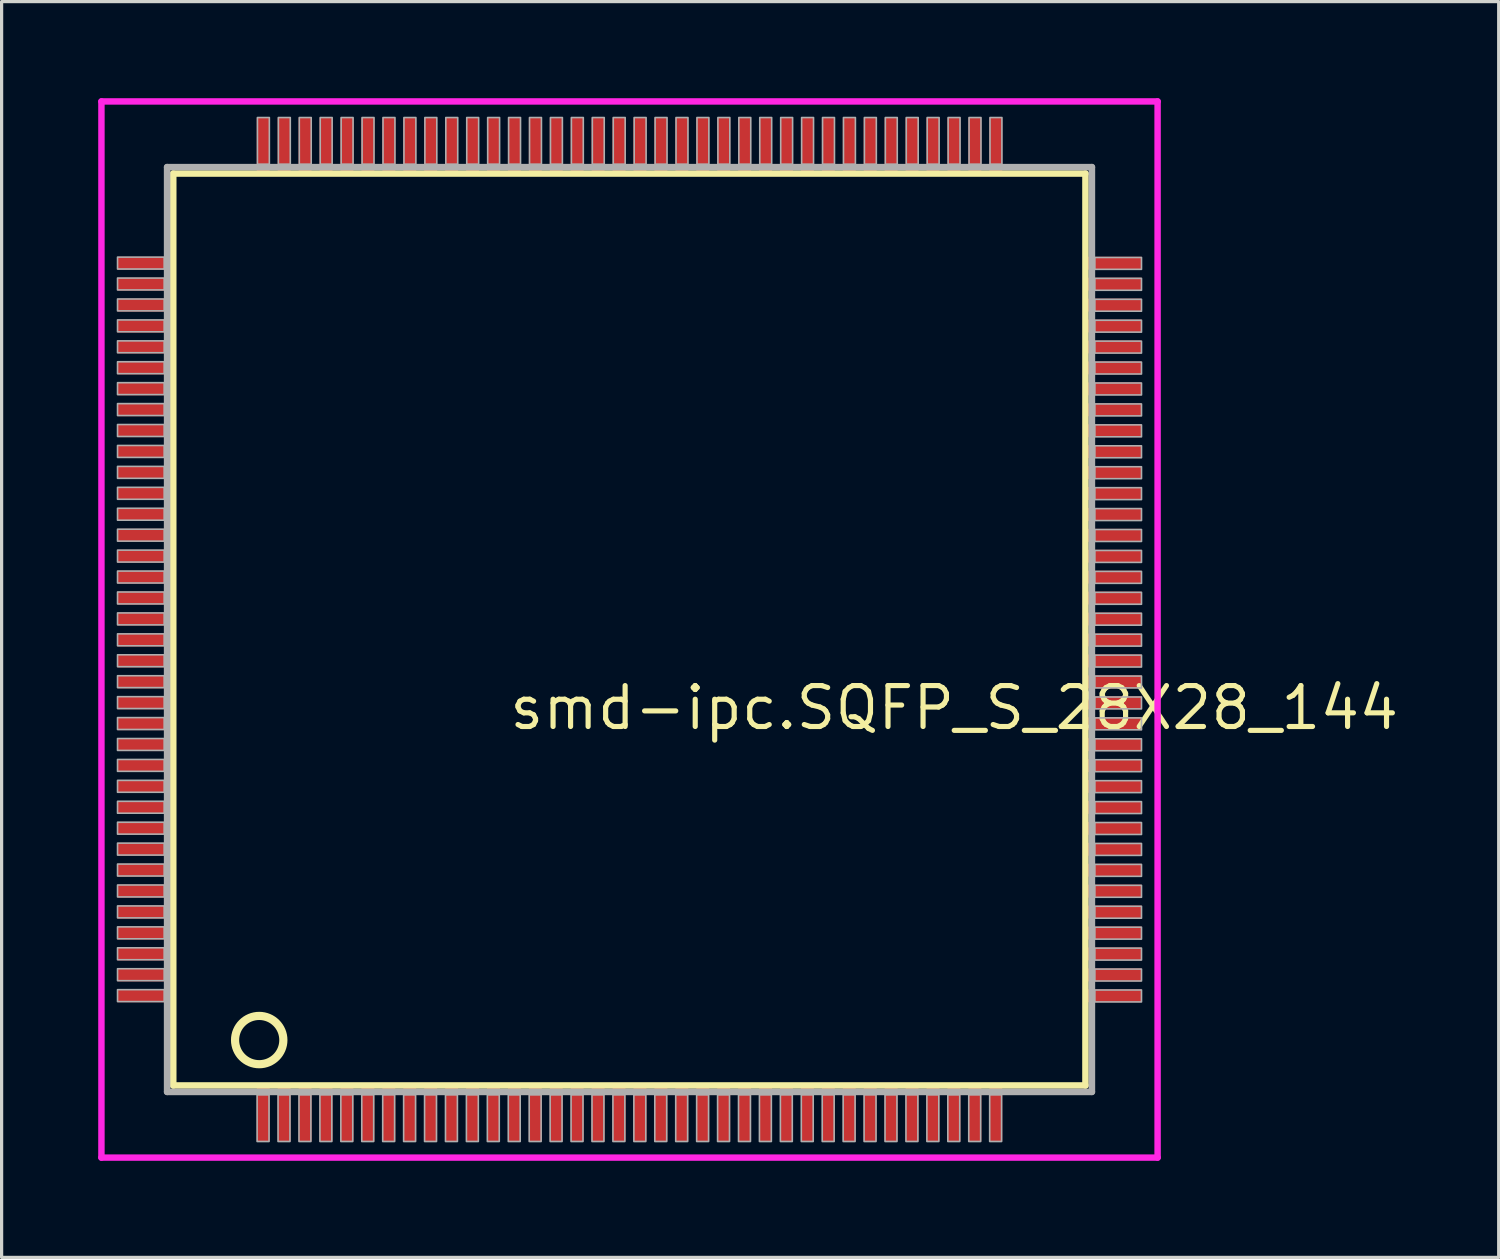
<source format=kicad_pcb>
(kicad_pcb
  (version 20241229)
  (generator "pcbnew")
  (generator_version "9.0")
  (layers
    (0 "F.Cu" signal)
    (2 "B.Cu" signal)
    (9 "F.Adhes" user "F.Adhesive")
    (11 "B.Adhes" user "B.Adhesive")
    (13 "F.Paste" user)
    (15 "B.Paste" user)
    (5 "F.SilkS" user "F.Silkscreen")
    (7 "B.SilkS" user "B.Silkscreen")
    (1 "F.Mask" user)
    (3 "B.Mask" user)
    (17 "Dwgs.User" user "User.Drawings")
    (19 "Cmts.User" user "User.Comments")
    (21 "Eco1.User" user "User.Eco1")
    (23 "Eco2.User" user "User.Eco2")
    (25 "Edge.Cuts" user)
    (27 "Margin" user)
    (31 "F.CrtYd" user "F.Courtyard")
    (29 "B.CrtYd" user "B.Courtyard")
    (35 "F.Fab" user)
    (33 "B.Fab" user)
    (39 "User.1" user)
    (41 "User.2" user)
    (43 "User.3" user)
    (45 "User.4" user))
  (footprint "smd-ipc.SQFP_S_28X28_144"
    (layer "F.Cu")
    (at 16.5 16.5)
    (property "Reference" "smd-ipc.SQFP_S_28X28_144" (at -3.81 3.175 0) (layer "F.SilkS") (effects (font (size 1.27 1.27) (thickness 0.16)) (justify left bottom)))
    (attr smd)
    (fp_line (start -14.17 -14.16) (end 14.16 -14.16) (stroke (width 0.203) (type default)) (layer "F.SilkS"))
    (fp_line (start -14.17 14.16) (end -14.17 -14.16) (stroke (width 0.203) (type default)) (layer "F.SilkS"))
    (fp_line (start 14.16 -14.16) (end 14.16 14.16) (stroke (width 0.203) (type default)) (layer "F.SilkS"))
    (fp_line (start 14.16 14.16) (end -14.17 14.16) (stroke (width 0.203) (type default)) (layer "F.SilkS"))
    (fp_circle (center -11.5 12.75) (end -10.75 12.75) (stroke (width 0.254) (type default)) (fill no) (layer "F.SilkS"))
    (fp_line (start -16.4 -16.4) (end 16.4 -16.4) (stroke (width 0.2) (type default)) (layer "F.CrtYd"))
    (fp_line (start -16.4 16.4) (end -16.4 -16.4) (stroke (width 0.2) (type default)) (layer "F.CrtYd"))
    (fp_line (start 16.4 -16.4) (end 16.4 16.4) (stroke (width 0.2) (type default)) (layer "F.CrtYd"))
    (fp_line (start 16.4 16.4) (end -16.4 16.4) (stroke (width 0.2) (type default)) (layer "F.CrtYd"))
    (fp_line (start -14.36 -14.36) (end -14.36 14.36) (stroke (width 0.203) (type default)) (layer "F.Fab"))
    (fp_line (start -14.36 14.36) (end 14.36 14.36) (stroke (width 0.203) (type default)) (layer "F.Fab"))
    (fp_line (start 14.36 -14.36) (end -14.36 -14.36) (stroke (width 0.203) (type default)) (layer "F.Fab"))
    (fp_line (start 14.36 14.36) (end 14.36 -14.36) (stroke (width 0.203) (type default)) (layer "F.Fab"))
    (fp_rect (start -15.9 -11.195) (end -14.45 -11.565) (stroke (width 0.05) (type default)) (fill no) (layer "F.Fab"))
    (fp_rect (start -15.9 -10.545) (end -14.45 -10.915) (stroke (width 0.05) (type default)) (fill no) (layer "F.Fab"))
    (fp_rect (start -15.9 -9.895) (end -14.45 -10.265) (stroke (width 0.05) (type default)) (fill no) (layer "F.Fab"))
    (fp_rect (start -15.9 -9.245) (end -14.45 -9.615) (stroke (width 0.05) (type default)) (fill no) (layer "F.Fab"))
    (fp_rect (start -15.9 -8.595) (end -14.45 -8.965) (stroke (width 0.05) (type default)) (fill no) (layer "F.Fab"))
    (fp_rect (start -15.9 -7.945) (end -14.45 -8.315) (stroke (width 0.05) (type default)) (fill no) (layer "F.Fab"))
    (fp_rect (start -15.9 -7.295) (end -14.45 -7.665) (stroke (width 0.05) (type default)) (fill no) (layer "F.Fab"))
    (fp_rect (start -15.9 -6.645) (end -14.45 -7.015) (stroke (width 0.05) (type default)) (fill no) (layer "F.Fab"))
    (fp_rect (start -15.9 -5.995) (end -14.45 -6.365) (stroke (width 0.05) (type default)) (fill no) (layer "F.Fab"))
    (fp_rect (start -15.9 -5.345) (end -14.45 -5.715) (stroke (width 0.05) (type default)) (fill no) (layer "F.Fab"))
    (fp_rect (start -15.9 -4.695) (end -14.45 -5.065) (stroke (width 0.05) (type default)) (fill no) (layer "F.Fab"))
    (fp_rect (start -15.9 -4.045) (end -14.45 -4.415) (stroke (width 0.05) (type default)) (fill no) (layer "F.Fab"))
    (fp_rect (start -15.9 -3.395) (end -14.45 -3.765) (stroke (width 0.05) (type default)) (fill no) (layer "F.Fab"))
    (fp_rect (start -15.9 -2.745) (end -14.45 -3.115) (stroke (width 0.05) (type default)) (fill no) (layer "F.Fab"))
    (fp_rect (start -15.9 -2.095) (end -14.45 -2.465) (stroke (width 0.05) (type default)) (fill no) (layer "F.Fab"))
    (fp_rect (start -15.9 -1.445) (end -14.45 -1.815) (stroke (width 0.05) (type default)) (fill no) (layer "F.Fab"))
    (fp_rect (start -15.9 -0.795) (end -14.45 -1.165) (stroke (width 0.05) (type default)) (fill no) (layer "F.Fab"))
    (fp_rect (start -15.9 -0.145) (end -14.45 -0.515) (stroke (width 0.05) (type default)) (fill no) (layer "F.Fab"))
    (fp_rect (start -15.9 0.505) (end -14.45 0.135) (stroke (width 0.05) (type default)) (fill no) (layer "F.Fab"))
    (fp_rect (start -15.9 1.155) (end -14.45 0.785) (stroke (width 0.05) (type default)) (fill no) (layer "F.Fab"))
    (fp_rect (start -15.9 1.805) (end -14.45 1.435) (stroke (width 0.05) (type default)) (fill no) (layer "F.Fab"))
    (fp_rect (start -15.9 2.455) (end -14.45 2.085) (stroke (width 0.05) (type default)) (fill no) (layer "F.Fab"))
    (fp_rect (start -15.9 3.105) (end -14.45 2.735) (stroke (width 0.05) (type default)) (fill no) (layer "F.Fab"))
    (fp_rect (start -15.9 3.755) (end -14.45 3.385) (stroke (width 0.05) (type default)) (fill no) (layer "F.Fab"))
    (fp_rect (start -15.9 4.405) (end -14.45 4.035) (stroke (width 0.05) (type default)) (fill no) (layer "F.Fab"))
    (fp_rect (start -15.9 5.055) (end -14.45 4.685) (stroke (width 0.05) (type default)) (fill no) (layer "F.Fab"))
    (fp_rect (start -15.9 5.705) (end -14.45 5.335) (stroke (width 0.05) (type default)) (fill no) (layer "F.Fab"))
    (fp_rect (start -15.9 6.355) (end -14.45 5.985) (stroke (width 0.05) (type default)) (fill no) (layer "F.Fab"))
    (fp_rect (start -15.9 7.005) (end -14.45 6.635) (stroke (width 0.05) (type default)) (fill no) (layer "F.Fab"))
    (fp_rect (start -15.9 7.655) (end -14.45 7.285) (stroke (width 0.05) (type default)) (fill no) (layer "F.Fab"))
    (fp_rect (start -15.9 8.305) (end -14.45 7.935) (stroke (width 0.05) (type default)) (fill no) (layer "F.Fab"))
    (fp_rect (start -15.9 8.955) (end -14.45 8.585) (stroke (width 0.05) (type default)) (fill no) (layer "F.Fab"))
    (fp_rect (start -15.9 9.605) (end -14.45 9.235) (stroke (width 0.05) (type default)) (fill no) (layer "F.Fab"))
    (fp_rect (start -15.9 10.255) (end -14.45 9.885) (stroke (width 0.05) (type default)) (fill no) (layer "F.Fab"))
    (fp_rect (start -15.9 10.905) (end -14.45 10.535) (stroke (width 0.05) (type default)) (fill no) (layer "F.Fab"))
    (fp_rect (start -15.9 11.555) (end -14.45 11.185) (stroke (width 0.05) (type default)) (fill no) (layer "F.Fab"))
    (fp_rect (start -11.565 15.9) (end -11.195 14.45) (stroke (width 0.05) (type default)) (fill no) (layer "F.Fab"))
    (fp_rect (start -11.555 -14.45) (end -11.185 -15.9) (stroke (width 0.05) (type default)) (fill no) (layer "F.Fab"))
    (fp_rect (start -10.915 15.9) (end -10.545 14.45) (stroke (width 0.05) (type default)) (fill no) (layer "F.Fab"))
    (fp_rect (start -10.905 -14.45) (end -10.535 -15.9) (stroke (width 0.05) (type default)) (fill no) (layer "F.Fab"))
    (fp_rect (start -10.265 15.9) (end -9.895 14.45) (stroke (width 0.05) (type default)) (fill no) (layer "F.Fab"))
    (fp_rect (start -10.255 -14.45) (end -9.885 -15.9) (stroke (width 0.05) (type default)) (fill no) (layer "F.Fab"))
    (fp_rect (start -9.615 15.9) (end -9.245 14.45) (stroke (width 0.05) (type default)) (fill no) (layer "F.Fab"))
    (fp_rect (start -9.605 -14.45) (end -9.235 -15.9) (stroke (width 0.05) (type default)) (fill no) (layer "F.Fab"))
    (fp_rect (start -8.965 15.9) (end -8.595 14.45) (stroke (width 0.05) (type default)) (fill no) (layer "F.Fab"))
    (fp_rect (start -8.955 -14.45) (end -8.585 -15.9) (stroke (width 0.05) (type default)) (fill no) (layer "F.Fab"))
    (fp_rect (start -8.315 15.9) (end -7.945 14.45) (stroke (width 0.05) (type default)) (fill no) (layer "F.Fab"))
    (fp_rect (start -8.305 -14.45) (end -7.935 -15.9) (stroke (width 0.05) (type default)) (fill no) (layer "F.Fab"))
    (fp_rect (start -7.665 15.9) (end -7.295 14.45) (stroke (width 0.05) (type default)) (fill no) (layer "F.Fab"))
    (fp_rect (start -7.655 -14.45) (end -7.285 -15.9) (stroke (width 0.05) (type default)) (fill no) (layer "F.Fab"))
    (fp_rect (start -7.015 15.9) (end -6.645 14.45) (stroke (width 0.05) (type default)) (fill no) (layer "F.Fab"))
    (fp_rect (start -7.005 -14.45) (end -6.635 -15.9) (stroke (width 0.05) (type default)) (fill no) (layer "F.Fab"))
    (fp_rect (start -6.365 15.9) (end -5.995 14.45) (stroke (width 0.05) (type default)) (fill no) (layer "F.Fab"))
    (fp_rect (start -6.355 -14.45) (end -5.985 -15.9) (stroke (width 0.05) (type default)) (fill no) (layer "F.Fab"))
    (fp_rect (start -5.715 15.9) (end -5.345 14.45) (stroke (width 0.05) (type default)) (fill no) (layer "F.Fab"))
    (fp_rect (start -5.705 -14.45) (end -5.335 -15.9) (stroke (width 0.05) (type default)) (fill no) (layer "F.Fab"))
    (fp_rect (start -5.065 15.9) (end -4.695 14.45) (stroke (width 0.05) (type default)) (fill no) (layer "F.Fab"))
    (fp_rect (start -5.055 -14.45) (end -4.685 -15.9) (stroke (width 0.05) (type default)) (fill no) (layer "F.Fab"))
    (fp_rect (start -4.415 15.9) (end -4.045 14.45) (stroke (width 0.05) (type default)) (fill no) (layer "F.Fab"))
    (fp_rect (start -4.405 -14.45) (end -4.035 -15.9) (stroke (width 0.05) (type default)) (fill no) (layer "F.Fab"))
    (fp_rect (start -3.765 15.9) (end -3.395 14.45) (stroke (width 0.05) (type default)) (fill no) (layer "F.Fab"))
    (fp_rect (start -3.755 -14.45) (end -3.385 -15.9) (stroke (width 0.05) (type default)) (fill no) (layer "F.Fab"))
    (fp_rect (start -3.115 15.9) (end -2.745 14.45) (stroke (width 0.05) (type default)) (fill no) (layer "F.Fab"))
    (fp_rect (start -3.105 -14.45) (end -2.735 -15.9) (stroke (width 0.05) (type default)) (fill no) (layer "F.Fab"))
    (fp_rect (start -2.465 15.9) (end -2.095 14.45) (stroke (width 0.05) (type default)) (fill no) (layer "F.Fab"))
    (fp_rect (start -2.455 -14.45) (end -2.085 -15.9) (stroke (width 0.05) (type default)) (fill no) (layer "F.Fab"))
    (fp_rect (start -1.815 15.9) (end -1.445 14.45) (stroke (width 0.05) (type default)) (fill no) (layer "F.Fab"))
    (fp_rect (start -1.805 -14.45) (end -1.435 -15.9) (stroke (width 0.05) (type default)) (fill no) (layer "F.Fab"))
    (fp_rect (start -1.165 15.9) (end -0.795 14.45) (stroke (width 0.05) (type default)) (fill no) (layer "F.Fab"))
    (fp_rect (start -1.155 -14.45) (end -0.785 -15.9) (stroke (width 0.05) (type default)) (fill no) (layer "F.Fab"))
    (fp_rect (start -0.515 15.9) (end -0.145 14.45) (stroke (width 0.05) (type default)) (fill no) (layer "F.Fab"))
    (fp_rect (start -0.505 -14.45) (end -0.135 -15.9) (stroke (width 0.05) (type default)) (fill no) (layer "F.Fab"))
    (fp_rect (start 0.135 15.9) (end 0.505 14.45) (stroke (width 0.05) (type default)) (fill no) (layer "F.Fab"))
    (fp_rect (start 0.145 -14.45) (end 0.515 -15.9) (stroke (width 0.05) (type default)) (fill no) (layer "F.Fab"))
    (fp_rect (start 0.785 15.9) (end 1.155 14.45) (stroke (width 0.05) (type default)) (fill no) (layer "F.Fab"))
    (fp_rect (start 0.795 -14.45) (end 1.165 -15.9) (stroke (width 0.05) (type default)) (fill no) (layer "F.Fab"))
    (fp_rect (start 1.435 15.9) (end 1.805 14.45) (stroke (width 0.05) (type default)) (fill no) (layer "F.Fab"))
    (fp_rect (start 1.445 -14.45) (end 1.815 -15.9) (stroke (width 0.05) (type default)) (fill no) (layer "F.Fab"))
    (fp_rect (start 2.085 15.9) (end 2.455 14.45) (stroke (width 0.05) (type default)) (fill no) (layer "F.Fab"))
    (fp_rect (start 2.095 -14.45) (end 2.465 -15.9) (stroke (width 0.05) (type default)) (fill no) (layer "F.Fab"))
    (fp_rect (start 2.735 15.9) (end 3.105 14.45) (stroke (width 0.05) (type default)) (fill no) (layer "F.Fab"))
    (fp_rect (start 2.745 -14.45) (end 3.115 -15.9) (stroke (width 0.05) (type default)) (fill no) (layer "F.Fab"))
    (fp_rect (start 3.385 15.9) (end 3.755 14.45) (stroke (width 0.05) (type default)) (fill no) (layer "F.Fab"))
    (fp_rect (start 3.395 -14.45) (end 3.765 -15.9) (stroke (width 0.05) (type default)) (fill no) (layer "F.Fab"))
    (fp_rect (start 4.035 15.9) (end 4.405 14.45) (stroke (width 0.05) (type default)) (fill no) (layer "F.Fab"))
    (fp_rect (start 4.045 -14.45) (end 4.415 -15.9) (stroke (width 0.05) (type default)) (fill no) (layer "F.Fab"))
    (fp_rect (start 4.685 15.9) (end 5.055 14.45) (stroke (width 0.05) (type default)) (fill no) (layer "F.Fab"))
    (fp_rect (start 4.695 -14.45) (end 5.065 -15.9) (stroke (width 0.05) (type default)) (fill no) (layer "F.Fab"))
    (fp_rect (start 5.335 15.9) (end 5.705 14.45) (stroke (width 0.05) (type default)) (fill no) (layer "F.Fab"))
    (fp_rect (start 5.345 -14.45) (end 5.715 -15.9) (stroke (width 0.05) (type default)) (fill no) (layer "F.Fab"))
    (fp_rect (start 5.985 15.9) (end 6.355 14.45) (stroke (width 0.05) (type default)) (fill no) (layer "F.Fab"))
    (fp_rect (start 5.995 -14.45) (end 6.365 -15.9) (stroke (width 0.05) (type default)) (fill no) (layer "F.Fab"))
    (fp_rect (start 6.635 15.9) (end 7.005 14.45) (stroke (width 0.05) (type default)) (fill no) (layer "F.Fab"))
    (fp_rect (start 6.645 -14.45) (end 7.015 -15.9) (stroke (width 0.05) (type default)) (fill no) (layer "F.Fab"))
    (fp_rect (start 7.285 15.9) (end 7.655 14.45) (stroke (width 0.05) (type default)) (fill no) (layer "F.Fab"))
    (fp_rect (start 7.295 -14.45) (end 7.665 -15.9) (stroke (width 0.05) (type default)) (fill no) (layer "F.Fab"))
    (fp_rect (start 7.935 15.9) (end 8.305 14.45) (stroke (width 0.05) (type default)) (fill no) (layer "F.Fab"))
    (fp_rect (start 7.945 -14.45) (end 8.315 -15.9) (stroke (width 0.05) (type default)) (fill no) (layer "F.Fab"))
    (fp_rect (start 8.585 15.9) (end 8.955 14.45) (stroke (width 0.05) (type default)) (fill no) (layer "F.Fab"))
    (fp_rect (start 8.595 -14.45) (end 8.965 -15.9) (stroke (width 0.05) (type default)) (fill no) (layer "F.Fab"))
    (fp_rect (start 9.235 15.9) (end 9.605 14.45) (stroke (width 0.05) (type default)) (fill no) (layer "F.Fab"))
    (fp_rect (start 9.245 -14.45) (end 9.615 -15.9) (stroke (width 0.05) (type default)) (fill no) (layer "F.Fab"))
    (fp_rect (start 9.885 15.9) (end 10.255 14.45) (stroke (width 0.05) (type default)) (fill no) (layer "F.Fab"))
    (fp_rect (start 9.895 -14.45) (end 10.265 -15.9) (stroke (width 0.05) (type default)) (fill no) (layer "F.Fab"))
    (fp_rect (start 10.535 15.9) (end 10.905 14.45) (stroke (width 0.05) (type default)) (fill no) (layer "F.Fab"))
    (fp_rect (start 10.545 -14.45) (end 10.915 -15.9) (stroke (width 0.05) (type default)) (fill no) (layer "F.Fab"))
    (fp_rect (start 11.185 15.9) (end 11.555 14.45) (stroke (width 0.05) (type default)) (fill no) (layer "F.Fab"))
    (fp_rect (start 11.195 -14.45) (end 11.565 -15.9) (stroke (width 0.05) (type default)) (fill no) (layer "F.Fab"))
    (fp_rect (start 14.45 -11.185) (end 15.9 -11.555) (stroke (width 0.05) (type default)) (fill no) (layer "F.Fab"))
    (fp_rect (start 14.45 -10.535) (end 15.9 -10.905) (stroke (width 0.05) (type default)) (fill no) (layer "F.Fab"))
    (fp_rect (start 14.45 -9.885) (end 15.9 -10.255) (stroke (width 0.05) (type default)) (fill no) (layer "F.Fab"))
    (fp_rect (start 14.45 -9.235) (end 15.9 -9.605) (stroke (width 0.05) (type default)) (fill no) (layer "F.Fab"))
    (fp_rect (start 14.45 -8.585) (end 15.9 -8.955) (stroke (width 0.05) (type default)) (fill no) (layer "F.Fab"))
    (fp_rect (start 14.45 -7.935) (end 15.9 -8.305) (stroke (width 0.05) (type default)) (fill no) (layer "F.Fab"))
    (fp_rect (start 14.45 -7.285) (end 15.9 -7.655) (stroke (width 0.05) (type default)) (fill no) (layer "F.Fab"))
    (fp_rect (start 14.45 -6.635) (end 15.9 -7.005) (stroke (width 0.05) (type default)) (fill no) (layer "F.Fab"))
    (fp_rect (start 14.45 -5.985) (end 15.9 -6.355) (stroke (width 0.05) (type default)) (fill no) (layer "F.Fab"))
    (fp_rect (start 14.45 -5.335) (end 15.9 -5.705) (stroke (width 0.05) (type default)) (fill no) (layer "F.Fab"))
    (fp_rect (start 14.45 -4.685) (end 15.9 -5.055) (stroke (width 0.05) (type default)) (fill no) (layer "F.Fab"))
    (fp_rect (start 14.45 -4.035) (end 15.9 -4.405) (stroke (width 0.05) (type default)) (fill no) (layer "F.Fab"))
    (fp_rect (start 14.45 -3.385) (end 15.9 -3.755) (stroke (width 0.05) (type default)) (fill no) (layer "F.Fab"))
    (fp_rect (start 14.45 -2.735) (end 15.9 -3.105) (stroke (width 0.05) (type default)) (fill no) (layer "F.Fab"))
    (fp_rect (start 14.45 -2.085) (end 15.9 -2.455) (stroke (width 0.05) (type default)) (fill no) (layer "F.Fab"))
    (fp_rect (start 14.45 -1.435) (end 15.9 -1.805) (stroke (width 0.05) (type default)) (fill no) (layer "F.Fab"))
    (fp_rect (start 14.45 -0.785) (end 15.9 -1.155) (stroke (width 0.05) (type default)) (fill no) (layer "F.Fab"))
    (fp_rect (start 14.45 -0.135) (end 15.9 -0.505) (stroke (width 0.05) (type default)) (fill no) (layer "F.Fab"))
    (fp_rect (start 14.45 0.515) (end 15.9 0.145) (stroke (width 0.05) (type default)) (fill no) (layer "F.Fab"))
    (fp_rect (start 14.45 1.165) (end 15.9 0.795) (stroke (width 0.05) (type default)) (fill no) (layer "F.Fab"))
    (fp_rect (start 14.45 1.815) (end 15.9 1.445) (stroke (width 0.05) (type default)) (fill no) (layer "F.Fab"))
    (fp_rect (start 14.45 2.465) (end 15.9 2.095) (stroke (width 0.05) (type default)) (fill no) (layer "F.Fab"))
    (fp_rect (start 14.45 3.115) (end 15.9 2.745) (stroke (width 0.05) (type default)) (fill no) (layer "F.Fab"))
    (fp_rect (start 14.45 3.765) (end 15.9 3.395) (stroke (width 0.05) (type default)) (fill no) (layer "F.Fab"))
    (fp_rect (start 14.45 4.415) (end 15.9 4.045) (stroke (width 0.05) (type default)) (fill no) (layer "F.Fab"))
    (fp_rect (start 14.45 5.065) (end 15.9 4.695) (stroke (width 0.05) (type default)) (fill no) (layer "F.Fab"))
    (fp_rect (start 14.45 5.715) (end 15.9 5.345) (stroke (width 0.05) (type default)) (fill no) (layer "F.Fab"))
    (fp_rect (start 14.45 6.365) (end 15.9 5.995) (stroke (width 0.05) (type default)) (fill no) (layer "F.Fab"))
    (fp_rect (start 14.45 7.015) (end 15.9 6.645) (stroke (width 0.05) (type default)) (fill no) (layer "F.Fab"))
    (fp_rect (start 14.45 7.665) (end 15.9 7.295) (stroke (width 0.05) (type default)) (fill no) (layer "F.Fab"))
    (fp_rect (start 14.45 8.315) (end 15.9 7.945) (stroke (width 0.05) (type default)) (fill no) (layer "F.Fab"))
    (fp_rect (start 14.45 8.965) (end 15.9 8.595) (stroke (width 0.05) (type default)) (fill no) (layer "F.Fab"))
    (fp_rect (start 14.45 9.615) (end 15.9 9.245) (stroke (width 0.05) (type default)) (fill no) (layer "F.Fab"))
    (fp_rect (start 14.45 10.265) (end 15.9 9.895) (stroke (width 0.05) (type default)) (fill no) (layer "F.Fab"))
    (fp_rect (start 14.45 10.915) (end 15.9 10.545) (stroke (width 0.05) (type default)) (fill no) (layer "F.Fab"))
    (fp_rect (start 14.45 11.565) (end 15.9 11.195) (stroke (width 0.05) (type default)) (fill no) (layer "F.Fab"))
    (pad "1" smd roundrect (at -11.375 15) (size 0.4 1.8) (layers "F.Cu" "F.Mask" "F.Paste") (roundrect_rratio 0.01))
    (pad "2" smd roundrect (at -10.725 15) (size 0.4 1.8) (layers "F.Cu" "F.Mask" "F.Paste") (roundrect_rratio 0.01))
    (pad "3" smd roundrect (at -10.075 15) (size 0.4 1.8) (layers "F.Cu" "F.Mask" "F.Paste") (roundrect_rratio 0.01))
    (pad "4" smd roundrect (at -9.425 15) (size 0.4 1.8) (layers "F.Cu" "F.Mask" "F.Paste") (roundrect_rratio 0.01))
    (pad "5" smd roundrect (at -8.775 15) (size 0.4 1.8) (layers "F.Cu" "F.Mask" "F.Paste") (roundrect_rratio 0.01))
    (pad "6" smd roundrect (at -8.125 15) (size 0.4 1.8) (layers "F.Cu" "F.Mask" "F.Paste") (roundrect_rratio 0.01))
    (pad "7" smd roundrect (at -7.475 15) (size 0.4 1.8) (layers "F.Cu" "F.Mask" "F.Paste") (roundrect_rratio 0.01))
    (pad "8" smd roundrect (at -6.825 15) (size 0.4 1.8) (layers "F.Cu" "F.Mask" "F.Paste") (roundrect_rratio 0.01))
    (pad "9" smd roundrect (at -6.175 15) (size 0.4 1.8) (layers "F.Cu" "F.Mask" "F.Paste") (roundrect_rratio 0.01))
    (pad "10" smd roundrect (at -5.525 15) (size 0.4 1.8) (layers "F.Cu" "F.Mask" "F.Paste") (roundrect_rratio 0.01))
    (pad "11" smd roundrect (at -4.875 15) (size 0.4 1.8) (layers "F.Cu" "F.Mask" "F.Paste") (roundrect_rratio 0.01))
    (pad "12" smd roundrect (at -4.225 15) (size 0.4 1.8) (layers "F.Cu" "F.Mask" "F.Paste") (roundrect_rratio 0.01))
    (pad "13" smd roundrect (at -3.575 15) (size 0.4 1.8) (layers "F.Cu" "F.Mask" "F.Paste") (roundrect_rratio 0.01))
    (pad "14" smd roundrect (at -2.925 15) (size 0.4 1.8) (layers "F.Cu" "F.Mask" "F.Paste") (roundrect_rratio 0.01))
    (pad "15" smd roundrect (at -2.275 15) (size 0.4 1.8) (layers "F.Cu" "F.Mask" "F.Paste") (roundrect_rratio 0.01))
    (pad "16" smd roundrect (at -1.625 15) (size 0.4 1.8) (layers "F.Cu" "F.Mask" "F.Paste") (roundrect_rratio 0.01))
    (pad "17" smd roundrect (at -0.975 15) (size 0.4 1.8) (layers "F.Cu" "F.Mask" "F.Paste") (roundrect_rratio 0.01))
    (pad "18" smd roundrect (at -0.325 15) (size 0.4 1.8) (layers "F.Cu" "F.Mask" "F.Paste") (roundrect_rratio 0.01))
    (pad "19" smd roundrect (at 0.325 15) (size 0.4 1.8) (layers "F.Cu" "F.Mask" "F.Paste") (roundrect_rratio 0.01))
    (pad "20" smd roundrect (at 0.975 15) (size 0.4 1.8) (layers "F.Cu" "F.Mask" "F.Paste") (roundrect_rratio 0.01))
    (pad "21" smd roundrect (at 1.625 15) (size 0.4 1.8) (layers "F.Cu" "F.Mask" "F.Paste") (roundrect_rratio 0.01))
    (pad "22" smd roundrect (at 2.275 15) (size 0.4 1.8) (layers "F.Cu" "F.Mask" "F.Paste") (roundrect_rratio 0.01))
    (pad "23" smd roundrect (at 2.925 15) (size 0.4 1.8) (layers "F.Cu" "F.Mask" "F.Paste") (roundrect_rratio 0.01))
    (pad "24" smd roundrect (at 3.575 15) (size 0.4 1.8) (layers "F.Cu" "F.Mask" "F.Paste") (roundrect_rratio 0.01))
    (pad "25" smd roundrect (at 4.225 15) (size 0.4 1.8) (layers "F.Cu" "F.Mask" "F.Paste") (roundrect_rratio 0.01))
    (pad "26" smd roundrect (at 4.875 15) (size 0.4 1.8) (layers "F.Cu" "F.Mask" "F.Paste") (roundrect_rratio 0.01))
    (pad "27" smd roundrect (at 5.525 15) (size 0.4 1.8) (layers "F.Cu" "F.Mask" "F.Paste") (roundrect_rratio 0.01))
    (pad "28" smd roundrect (at 6.175 15) (size 0.4 1.8) (layers "F.Cu" "F.Mask" "F.Paste") (roundrect_rratio 0.01))
    (pad "29" smd roundrect (at 6.825 15) (size 0.4 1.8) (layers "F.Cu" "F.Mask" "F.Paste") (roundrect_rratio 0.01))
    (pad "30" smd roundrect (at 7.475 15) (size 0.4 1.8) (layers "F.Cu" "F.Mask" "F.Paste") (roundrect_rratio 0.01))
    (pad "31" smd roundrect (at 8.125 15) (size 0.4 1.8) (layers "F.Cu" "F.Mask" "F.Paste") (roundrect_rratio 0.01))
    (pad "32" smd roundrect (at 8.775 15) (size 0.4 1.8) (layers "F.Cu" "F.Mask" "F.Paste") (roundrect_rratio 0.01))
    (pad "33" smd roundrect (at 9.425 15) (size 0.4 1.8) (layers "F.Cu" "F.Mask" "F.Paste") (roundrect_rratio 0.01))
    (pad "34" smd roundrect (at 10.075 15) (size 0.4 1.8) (layers "F.Cu" "F.Mask" "F.Paste") (roundrect_rratio 0.01))
    (pad "35" smd roundrect (at 10.725 15) (size 0.4 1.8) (layers "F.Cu" "F.Mask" "F.Paste") (roundrect_rratio 0.01))
    (pad "36" smd roundrect (at 11.375 15) (size 0.4 1.8) (layers "F.Cu" "F.Mask" "F.Paste") (roundrect_rratio 0.01))
    (pad "37" smd roundrect (at 15 11.375) (size 1.8 0.4) (layers "F.Cu" "F.Mask" "F.Paste") (roundrect_rratio 0.01))
    (pad "38" smd roundrect (at 15 10.725) (size 1.8 0.4) (layers "F.Cu" "F.Mask" "F.Paste") (roundrect_rratio 0.01))
    (pad "39" smd roundrect (at 15 10.075) (size 1.8 0.4) (layers "F.Cu" "F.Mask" "F.Paste") (roundrect_rratio 0.01))
    (pad "40" smd roundrect (at 15 9.425) (size 1.8 0.4) (layers "F.Cu" "F.Mask" "F.Paste") (roundrect_rratio 0.01))
    (pad "41" smd roundrect (at 15 8.775) (size 1.8 0.4) (layers "F.Cu" "F.Mask" "F.Paste") (roundrect_rratio 0.01))
    (pad "42" smd roundrect (at 15 8.125) (size 1.8 0.4) (layers "F.Cu" "F.Mask" "F.Paste") (roundrect_rratio 0.01))
    (pad "43" smd roundrect (at 15 7.475) (size 1.8 0.4) (layers "F.Cu" "F.Mask" "F.Paste") (roundrect_rratio 0.01))
    (pad "44" smd roundrect (at 15 6.825) (size 1.8 0.4) (layers "F.Cu" "F.Mask" "F.Paste") (roundrect_rratio 0.01))
    (pad "45" smd roundrect (at 15 6.175) (size 1.8 0.4) (layers "F.Cu" "F.Mask" "F.Paste") (roundrect_rratio 0.01))
    (pad "46" smd roundrect (at 15 5.525) (size 1.8 0.4) (layers "F.Cu" "F.Mask" "F.Paste") (roundrect_rratio 0.01))
    (pad "47" smd roundrect (at 15 4.875) (size 1.8 0.4) (layers "F.Cu" "F.Mask" "F.Paste") (roundrect_rratio 0.01))
    (pad "48" smd roundrect (at 15 4.225) (size 1.8 0.4) (layers "F.Cu" "F.Mask" "F.Paste") (roundrect_rratio 0.01))
    (pad "49" smd roundrect (at 15 3.575) (size 1.8 0.4) (layers "F.Cu" "F.Mask" "F.Paste") (roundrect_rratio 0.01))
    (pad "50" smd roundrect (at 15 2.925) (size 1.8 0.4) (layers "F.Cu" "F.Mask" "F.Paste") (roundrect_rratio 0.01))
    (pad "51" smd roundrect (at 15 2.275) (size 1.8 0.4) (layers "F.Cu" "F.Mask" "F.Paste") (roundrect_rratio 0.01))
    (pad "52" smd roundrect (at 15 1.625) (size 1.8 0.4) (layers "F.Cu" "F.Mask" "F.Paste") (roundrect_rratio 0.01))
    (pad "53" smd roundrect (at 15 0.975) (size 1.8 0.4) (layers "F.Cu" "F.Mask" "F.Paste") (roundrect_rratio 0.01))
    (pad "54" smd roundrect (at 15 0.325) (size 1.8 0.4) (layers "F.Cu" "F.Mask" "F.Paste") (roundrect_rratio 0.01))
    (pad "55" smd roundrect (at 15 -0.325) (size 1.8 0.4) (layers "F.Cu" "F.Mask" "F.Paste") (roundrect_rratio 0.01))
    (pad "56" smd roundrect (at 15 -0.975) (size 1.8 0.4) (layers "F.Cu" "F.Mask" "F.Paste") (roundrect_rratio 0.01))
    (pad "57" smd roundrect (at 15 -1.625) (size 1.8 0.4) (layers "F.Cu" "F.Mask" "F.Paste") (roundrect_rratio 0.01))
    (pad "58" smd roundrect (at 15 -2.275) (size 1.8 0.4) (layers "F.Cu" "F.Mask" "F.Paste") (roundrect_rratio 0.01))
    (pad "59" smd roundrect (at 15 -2.925) (size 1.8 0.4) (layers "F.Cu" "F.Mask" "F.Paste") (roundrect_rratio 0.01))
    (pad "60" smd roundrect (at 15 -3.575) (size 1.8 0.4) (layers "F.Cu" "F.Mask" "F.Paste") (roundrect_rratio 0.01))
    (pad "61" smd roundrect (at 15 -4.225) (size 1.8 0.4) (layers "F.Cu" "F.Mask" "F.Paste") (roundrect_rratio 0.01))
    (pad "62" smd roundrect (at 15 -4.875) (size 1.8 0.4) (layers "F.Cu" "F.Mask" "F.Paste") (roundrect_rratio 0.01))
    (pad "63" smd roundrect (at 15 -5.525) (size 1.8 0.4) (layers "F.Cu" "F.Mask" "F.Paste") (roundrect_rratio 0.01))
    (pad "64" smd roundrect (at 15 -6.175) (size 1.8 0.4) (layers "F.Cu" "F.Mask" "F.Paste") (roundrect_rratio 0.01))
    (pad "65" smd roundrect (at 15 -6.825) (size 1.8 0.4) (layers "F.Cu" "F.Mask" "F.Paste") (roundrect_rratio 0.01))
    (pad "66" smd roundrect (at 15 -7.475) (size 1.8 0.4) (layers "F.Cu" "F.Mask" "F.Paste") (roundrect_rratio 0.01))
    (pad "67" smd roundrect (at 15 -8.125) (size 1.8 0.4) (layers "F.Cu" "F.Mask" "F.Paste") (roundrect_rratio 0.01))
    (pad "68" smd roundrect (at 15 -8.775) (size 1.8 0.4) (layers "F.Cu" "F.Mask" "F.Paste") (roundrect_rratio 0.01))
    (pad "69" smd roundrect (at 15 -9.425) (size 1.8 0.4) (layers "F.Cu" "F.Mask" "F.Paste") (roundrect_rratio 0.01))
    (pad "70" smd roundrect (at 15 -10.075) (size 1.8 0.4) (layers "F.Cu" "F.Mask" "F.Paste") (roundrect_rratio 0.01))
    (pad "71" smd roundrect (at 15 -10.725) (size 1.8 0.4) (layers "F.Cu" "F.Mask" "F.Paste") (roundrect_rratio 0.01))
    (pad "72" smd roundrect (at 15 -11.375) (size 1.8 0.4) (layers "F.Cu" "F.Mask" "F.Paste") (roundrect_rratio 0.01))
    (pad "73" smd roundrect (at 11.375 -15) (size 0.4 1.8) (layers "F.Cu" "F.Mask" "F.Paste") (roundrect_rratio 0.01))
    (pad "74" smd roundrect (at 10.725 -15) (size 0.4 1.8) (layers "F.Cu" "F.Mask" "F.Paste") (roundrect_rratio 0.01))
    (pad "75" smd roundrect (at 10.075 -15) (size 0.4 1.8) (layers "F.Cu" "F.Mask" "F.Paste") (roundrect_rratio 0.01))
    (pad "76" smd roundrect (at 9.425 -15) (size 0.4 1.8) (layers "F.Cu" "F.Mask" "F.Paste") (roundrect_rratio 0.01))
    (pad "77" smd roundrect (at 8.775 -15) (size 0.4 1.8) (layers "F.Cu" "F.Mask" "F.Paste") (roundrect_rratio 0.01))
    (pad "78" smd roundrect (at 8.125 -15) (size 0.4 1.8) (layers "F.Cu" "F.Mask" "F.Paste") (roundrect_rratio 0.01))
    (pad "79" smd roundrect (at 7.475 -15) (size 0.4 1.8) (layers "F.Cu" "F.Mask" "F.Paste") (roundrect_rratio 0.01))
    (pad "80" smd roundrect (at 6.825 -15) (size 0.4 1.8) (layers "F.Cu" "F.Mask" "F.Paste") (roundrect_rratio 0.01))
    (pad "81" smd roundrect (at 6.175 -15) (size 0.4 1.8) (layers "F.Cu" "F.Mask" "F.Paste") (roundrect_rratio 0.01))
    (pad "82" smd roundrect (at 5.525 -15) (size 0.4 1.8) (layers "F.Cu" "F.Mask" "F.Paste") (roundrect_rratio 0.01))
    (pad "83" smd roundrect (at 4.875 -15) (size 0.4 1.8) (layers "F.Cu" "F.Mask" "F.Paste") (roundrect_rratio 0.01))
    (pad "84" smd roundrect (at 4.225 -15) (size 0.4 1.8) (layers "F.Cu" "F.Mask" "F.Paste") (roundrect_rratio 0.01))
    (pad "85" smd roundrect (at 3.575 -15) (size 0.4 1.8) (layers "F.Cu" "F.Mask" "F.Paste") (roundrect_rratio 0.01))
    (pad "86" smd roundrect (at 2.925 -15) (size 0.4 1.8) (layers "F.Cu" "F.Mask" "F.Paste") (roundrect_rratio 0.01))
    (pad "87" smd roundrect (at 2.275 -15) (size 0.4 1.8) (layers "F.Cu" "F.Mask" "F.Paste") (roundrect_rratio 0.01))
    (pad "88" smd roundrect (at 1.625 -15) (size 0.4 1.8) (layers "F.Cu" "F.Mask" "F.Paste") (roundrect_rratio 0.01))
    (pad "89" smd roundrect (at 0.975 -15) (size 0.4 1.8) (layers "F.Cu" "F.Mask" "F.Paste") (roundrect_rratio 0.01))
    (pad "90" smd roundrect (at 0.325 -15) (size 0.4 1.8) (layers "F.Cu" "F.Mask" "F.Paste") (roundrect_rratio 0.01))
    (pad "91" smd roundrect (at -0.325 -15) (size 0.4 1.8) (layers "F.Cu" "F.Mask" "F.Paste") (roundrect_rratio 0.01))
    (pad "92" smd roundrect (at -0.975 -15) (size 0.4 1.8) (layers "F.Cu" "F.Mask" "F.Paste") (roundrect_rratio 0.01))
    (pad "93" smd roundrect (at -1.625 -15) (size 0.4 1.8) (layers "F.Cu" "F.Mask" "F.Paste") (roundrect_rratio 0.01))
    (pad "94" smd roundrect (at -2.275 -15) (size 0.4 1.8) (layers "F.Cu" "F.Mask" "F.Paste") (roundrect_rratio 0.01))
    (pad "95" smd roundrect (at -2.925 -15) (size 0.4 1.8) (layers "F.Cu" "F.Mask" "F.Paste") (roundrect_rratio 0.01))
    (pad "96" smd roundrect (at -3.575 -15) (size 0.4 1.8) (layers "F.Cu" "F.Mask" "F.Paste") (roundrect_rratio 0.01))
    (pad "97" smd roundrect (at -4.225 -15) (size 0.4 1.8) (layers "F.Cu" "F.Mask" "F.Paste") (roundrect_rratio 0.01))
    (pad "98" smd roundrect (at -4.875 -15) (size 0.4 1.8) (layers "F.Cu" "F.Mask" "F.Paste") (roundrect_rratio 0.01))
    (pad "99" smd roundrect (at -5.525 -15) (size 0.4 1.8) (layers "F.Cu" "F.Mask" "F.Paste") (roundrect_rratio 0.01))
    (pad "100" smd roundrect (at -6.175 -15) (size 0.4 1.8) (layers "F.Cu" "F.Mask" "F.Paste") (roundrect_rratio 0.01))
    (pad "101" smd roundrect (at -6.825 -15) (size 0.4 1.8) (layers "F.Cu" "F.Mask" "F.Paste") (roundrect_rratio 0.01))
    (pad "102" smd roundrect (at -7.475 -15) (size 0.4 1.8) (layers "F.Cu" "F.Mask" "F.Paste") (roundrect_rratio 0.01))
    (pad "103" smd roundrect (at -8.125 -15) (size 0.4 1.8) (layers "F.Cu" "F.Mask" "F.Paste") (roundrect_rratio 0.01))
    (pad "104" smd roundrect (at -8.775 -15) (size 0.4 1.8) (layers "F.Cu" "F.Mask" "F.Paste") (roundrect_rratio 0.01))
    (pad "105" smd roundrect (at -9.425 -15) (size 0.4 1.8) (layers "F.Cu" "F.Mask" "F.Paste") (roundrect_rratio 0.01))
    (pad "106" smd roundrect (at -10.075 -15) (size 0.4 1.8) (layers "F.Cu" "F.Mask" "F.Paste") (roundrect_rratio 0.01))
    (pad "107" smd roundrect (at -10.725 -15) (size 0.4 1.8) (layers "F.Cu" "F.Mask" "F.Paste") (roundrect_rratio 0.01))
    (pad "108" smd roundrect (at -11.375 -15) (size 0.4 1.8) (layers "F.Cu" "F.Mask" "F.Paste") (roundrect_rratio 0.01))
    (pad "109" smd roundrect (at -15 -11.375) (size 1.8 0.4) (layers "F.Cu" "F.Mask" "F.Paste") (roundrect_rratio 0.01))
    (pad "110" smd roundrect (at -15 -10.725) (size 1.8 0.4) (layers "F.Cu" "F.Mask" "F.Paste") (roundrect_rratio 0.01))
    (pad "111" smd roundrect (at -15 -10.075) (size 1.8 0.4) (layers "F.Cu" "F.Mask" "F.Paste") (roundrect_rratio 0.01))
    (pad "112" smd roundrect (at -15 -9.425) (size 1.8 0.4) (layers "F.Cu" "F.Mask" "F.Paste") (roundrect_rratio 0.01))
    (pad "113" smd roundrect (at -15 -8.775) (size 1.8 0.4) (layers "F.Cu" "F.Mask" "F.Paste") (roundrect_rratio 0.01))
    (pad "114" smd roundrect (at -15 -8.125) (size 1.8 0.4) (layers "F.Cu" "F.Mask" "F.Paste") (roundrect_rratio 0.01))
    (pad "115" smd roundrect (at -15 -7.475) (size 1.8 0.4) (layers "F.Cu" "F.Mask" "F.Paste") (roundrect_rratio 0.01))
    (pad "116" smd roundrect (at -15 -6.825) (size 1.8 0.4) (layers "F.Cu" "F.Mask" "F.Paste") (roundrect_rratio 0.01))
    (pad "117" smd roundrect (at -15 -6.175) (size 1.8 0.4) (layers "F.Cu" "F.Mask" "F.Paste") (roundrect_rratio 0.01))
    (pad "118" smd roundrect (at -15 -5.525) (size 1.8 0.4) (layers "F.Cu" "F.Mask" "F.Paste") (roundrect_rratio 0.01))
    (pad "119" smd roundrect (at -15 -4.875) (size 1.8 0.4) (layers "F.Cu" "F.Mask" "F.Paste") (roundrect_rratio 0.01))
    (pad "120" smd roundrect (at -15 -4.225) (size 1.8 0.4) (layers "F.Cu" "F.Mask" "F.Paste") (roundrect_rratio 0.01))
    (pad "121" smd roundrect (at -15 -3.575) (size 1.8 0.4) (layers "F.Cu" "F.Mask" "F.Paste") (roundrect_rratio 0.01))
    (pad "122" smd roundrect (at -15 -2.925) (size 1.8 0.4) (layers "F.Cu" "F.Mask" "F.Paste") (roundrect_rratio 0.01))
    (pad "123" smd roundrect (at -15 -2.275) (size 1.8 0.4) (layers "F.Cu" "F.Mask" "F.Paste") (roundrect_rratio 0.01))
    (pad "124" smd roundrect (at -15 -1.625) (size 1.8 0.4) (layers "F.Cu" "F.Mask" "F.Paste") (roundrect_rratio 0.01))
    (pad "125" smd roundrect (at -15 -0.975) (size 1.8 0.4) (layers "F.Cu" "F.Mask" "F.Paste") (roundrect_rratio 0.01))
    (pad "126" smd roundrect (at -15 -0.325) (size 1.8 0.4) (layers "F.Cu" "F.Mask" "F.Paste") (roundrect_rratio 0.01))
    (pad "127" smd roundrect (at -15 0.325) (size 1.8 0.4) (layers "F.Cu" "F.Mask" "F.Paste") (roundrect_rratio 0.01))
    (pad "128" smd roundrect (at -15 0.975) (size 1.8 0.4) (layers "F.Cu" "F.Mask" "F.Paste") (roundrect_rratio 0.01))
    (pad "129" smd roundrect (at -15 1.625) (size 1.8 0.4) (layers "F.Cu" "F.Mask" "F.Paste") (roundrect_rratio 0.01))
    (pad "130" smd roundrect (at -15 2.275) (size 1.8 0.4) (layers "F.Cu" "F.Mask" "F.Paste") (roundrect_rratio 0.01))
    (pad "131" smd roundrect (at -15 2.925) (size 1.8 0.4) (layers "F.Cu" "F.Mask" "F.Paste") (roundrect_rratio 0.01))
    (pad "132" smd roundrect (at -15 3.575) (size 1.8 0.4) (layers "F.Cu" "F.Mask" "F.Paste") (roundrect_rratio 0.01))
    (pad "133" smd roundrect (at -15 4.225) (size 1.8 0.4) (layers "F.Cu" "F.Mask" "F.Paste") (roundrect_rratio 0.01))
    (pad "134" smd roundrect (at -15 4.875) (size 1.8 0.4) (layers "F.Cu" "F.Mask" "F.Paste") (roundrect_rratio 0.01))
    (pad "135" smd roundrect (at -15 5.525) (size 1.8 0.4) (layers "F.Cu" "F.Mask" "F.Paste") (roundrect_rratio 0.01))
    (pad "136" smd roundrect (at -15 6.175) (size 1.8 0.4) (layers "F.Cu" "F.Mask" "F.Paste") (roundrect_rratio 0.01))
    (pad "137" smd roundrect (at -15 6.825) (size 1.8 0.4) (layers "F.Cu" "F.Mask" "F.Paste") (roundrect_rratio 0.01))
    (pad "138" smd roundrect (at -15 7.475) (size 1.8 0.4) (layers "F.Cu" "F.Mask" "F.Paste") (roundrect_rratio 0.01))
    (pad "139" smd roundrect (at -15 8.125) (size 1.8 0.4) (layers "F.Cu" "F.Mask" "F.Paste") (roundrect_rratio 0.01))
    (pad "140" smd roundrect (at -15 8.775) (size 1.8 0.4) (layers "F.Cu" "F.Mask" "F.Paste") (roundrect_rratio 0.01))
    (pad "141" smd roundrect (at -15 9.425) (size 1.8 0.4) (layers "F.Cu" "F.Mask" "F.Paste") (roundrect_rratio 0.01))
    (pad "142" smd roundrect (at -15 10.075) (size 1.8 0.4) (layers "F.Cu" "F.Mask" "F.Paste") (roundrect_rratio 0.01))
    (pad "143" smd roundrect (at -15 10.725) (size 1.8 0.4) (layers "F.Cu" "F.Mask" "F.Paste") (roundrect_rratio 0.01))
    (pad "144" smd roundrect (at -15 11.375) (size 1.8 0.4) (layers "F.Cu" "F.Mask" "F.Paste") (roundrect_rratio 0.01)))
  (gr_rect
    (start -3 -3)
    (end 43.493 36)
    (stroke (width 0.1) (type default))
    (fill no)
    (layer "Edge.Cuts")))
</source>
